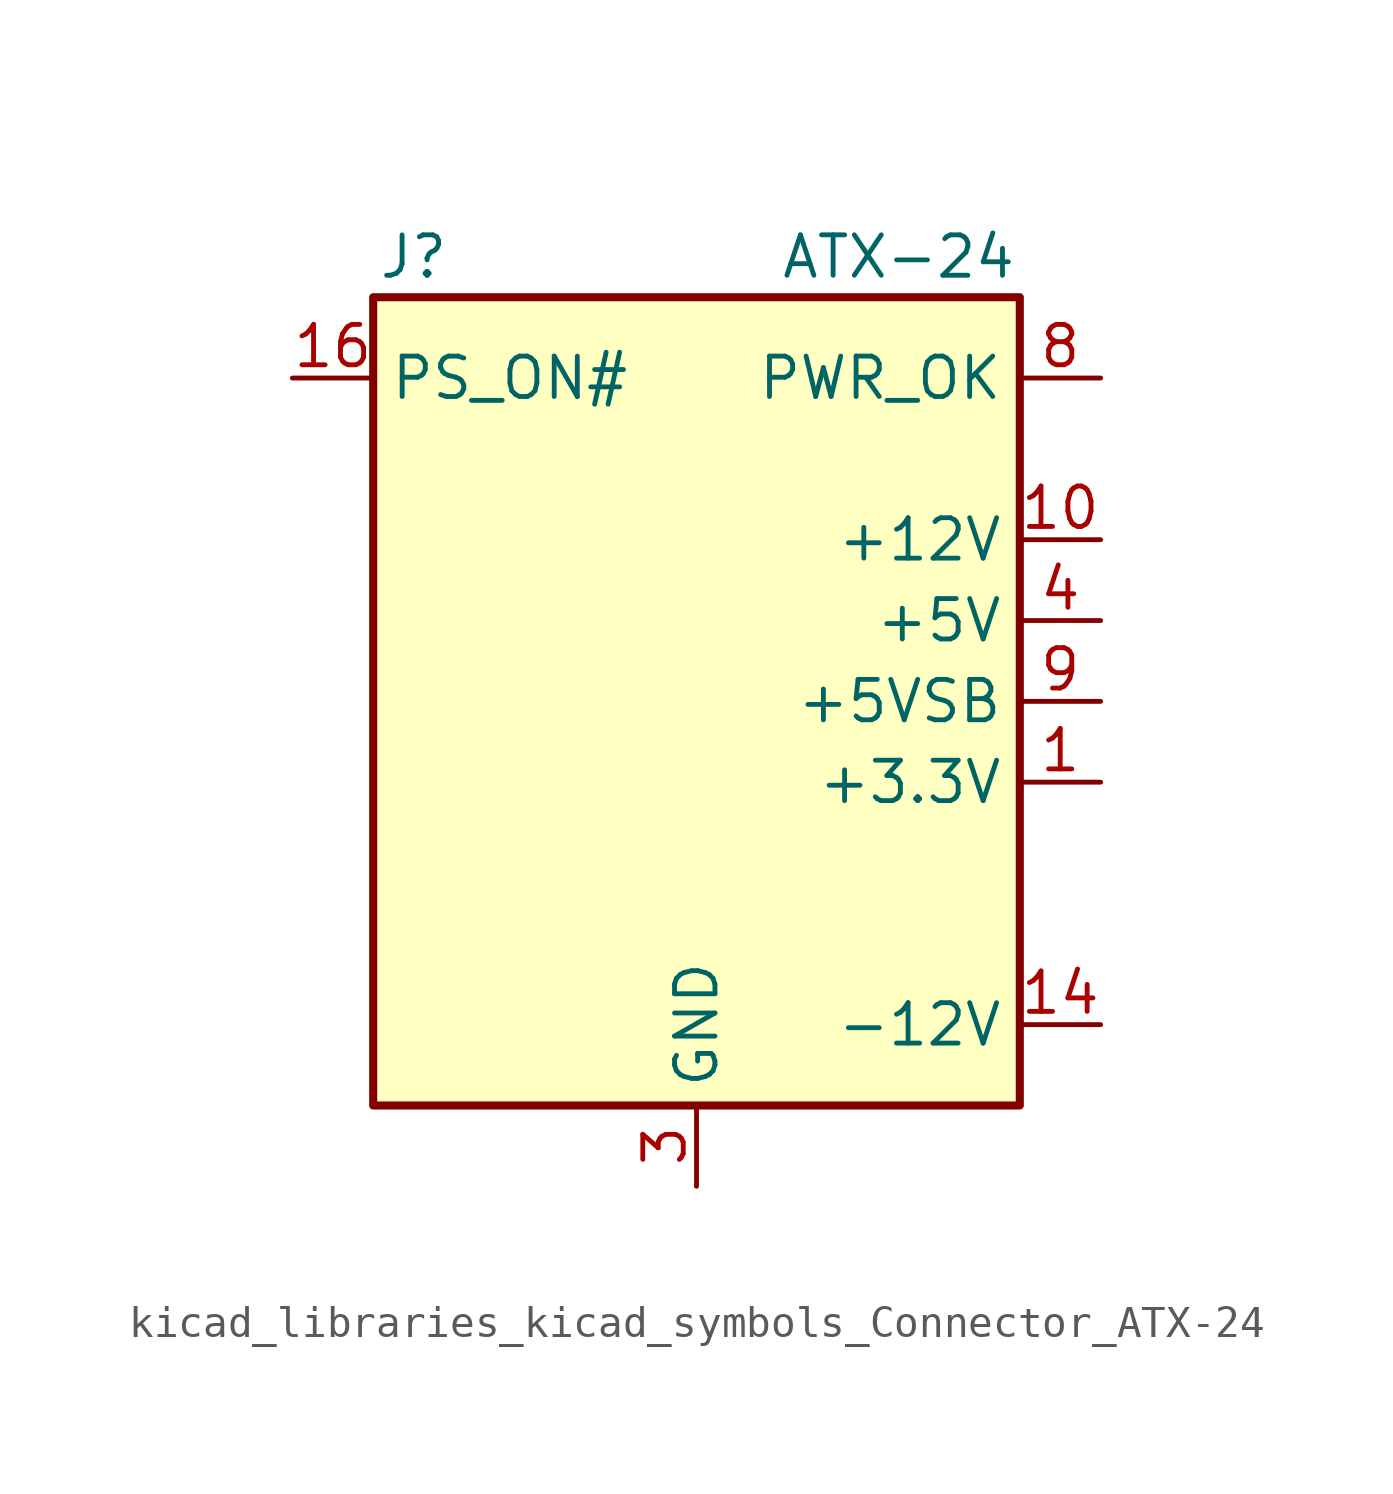
<source format=kicad_sym>
(kicad_symbol_lib
  (version 20220914)
  (generator kicad_symbol_editor)
  (symbol "kicad_libraries_kicad_symbols_Connector_ATX-24"
    (property "Reference" "J"
      (at -8.89 13.97 0)
      (effects (font (size 1.27 1.27))))
    (property "Value" "ATX-24"
      (at 6.35 13.97 0)
      (effects (font (size 1.27 1.27))))
    (symbol "kicad_libraries_kicad_symbols_Connector_ATX-24_0_1"
      (rectangle (start -10.16 12.7) (end 10.16 -12.7) (stroke (width 0.254) (type default)) (fill (type background))))
    (symbol "kicad_libraries_kicad_symbols_Connector_ATX-24_1_1"
      (pin power_out line (at 12.7 -2.54 180) (length 2.54) (name "+3.3V" (effects (font (size 1.27 1.27)))) (number "1" (effects (font (size 1.27 1.27)))))
      (pin power_out line (at 12.7 5.08 180) (length 2.54) (name "+12V" (effects (font (size 1.27 1.27)))) (number "10" (effects (font (size 1.27 1.27)))))
      (pin passive line (at 12.7 5.08 180) (length 2.54) hide (name "+12V" (effects (font (size 1.27 1.27)))) (number "11" (effects (font (size 1.27 1.27)))))
      (pin passive line (at 12.7 -2.54 180) (length 2.54) hide (name "+3.3V" (effects (font (size 1.27 1.27)))) (number "12" (effects (font (size 1.27 1.27)))))
      (pin passive line (at 12.7 -2.54 180) (length 2.54) hide (name "+3.3V" (effects (font (size 1.27 1.27)))) (number "13" (effects (font (size 1.27 1.27)))))
      (pin power_out line (at 12.7 -10.16 180) (length 2.54) (name "-12V" (effects (font (size 1.27 1.27)))) (number "14" (effects (font (size 1.27 1.27)))))
      (pin passive line (at 0 -15.24 90) (length 2.54) hide (name "GND" (effects (font (size 1.27 1.27)))) (number "15" (effects (font (size 1.27 1.27)))))
      (pin open_collector line (at -12.7 10.16 0) (length 2.54) (name "PS_ON#" (effects (font (size 1.27 1.27)))) (number "16" (effects (font (size 1.27 1.27)))))
      (pin passive line (at 0 -15.24 90) (length 2.54) hide (name "GND" (effects (font (size 1.27 1.27)))) (number "17" (effects (font (size 1.27 1.27)))))
      (pin passive line (at 0 -15.24 90) (length 2.54) hide (name "GND" (effects (font (size 1.27 1.27)))) (number "18" (effects (font (size 1.27 1.27)))))
      (pin passive line (at 0 -15.24 90) (length 2.54) hide (name "GND" (effects (font (size 1.27 1.27)))) (number "19" (effects (font (size 1.27 1.27)))))
      (pin passive line (at 12.7 -2.54 180) (length 2.54) hide (name "+3.3V" (effects (font (size 1.27 1.27)))) (number "2" (effects (font (size 1.27 1.27)))))
      (pin no_connect line (at -10.16 0 0) (length 2.54) hide (name "NC" (effects (font (size 1.27 1.27)))) (number "20" (effects (font (size 1.27 1.27)))))
      (pin passive line (at 12.7 2.54 180) (length 2.54) hide (name "+5V" (effects (font (size 1.27 1.27)))) (number "21" (effects (font (size 1.27 1.27)))))
      (pin passive line (at 12.7 2.54 180) (length 2.54) hide (name "+5V" (effects (font (size 1.27 1.27)))) (number "22" (effects (font (size 1.27 1.27)))))
      (pin passive line (at 12.7 2.54 180) (length 2.54) hide (name "+5V" (effects (font (size 1.27 1.27)))) (number "23" (effects (font (size 1.27 1.27)))))
      (pin passive line (at 0 -15.24 90) (length 2.54) hide (name "GND" (effects (font (size 1.27 1.27)))) (number "24" (effects (font (size 1.27 1.27)))))
      (pin power_out line (at 0 -15.24 90) (length 2.54) (name "GND" (effects (font (size 1.27 1.27)))) (number "3" (effects (font (size 1.27 1.27)))))
      (pin power_out line (at 12.7 2.54 180) (length 2.54) (name "+5V" (effects (font (size 1.27 1.27)))) (number "4" (effects (font (size 1.27 1.27)))))
      (pin passive line (at 0 -15.24 90) (length 2.54) hide (name "GND" (effects (font (size 1.27 1.27)))) (number "5" (effects (font (size 1.27 1.27)))))
      (pin passive line (at 12.7 2.54 180) (length 2.54) hide (name "+5V" (effects (font (size 1.27 1.27)))) (number "6" (effects (font (size 1.27 1.27)))))
      (pin passive line (at 0 -15.24 90) (length 2.54) hide (name "GND" (effects (font (size 1.27 1.27)))) (number "7" (effects (font (size 1.27 1.27)))))
      (pin output line (at 12.7 10.16 180) (length 2.54) (name "PWR_OK" (effects (font (size 1.27 1.27)))) (number "8" (effects (font (size 1.27 1.27)))))
      (pin power_out line (at 12.7 0 180) (length 2.54) (name "+5VSB" (effects (font (size 1.27 1.27)))) (number "9" (effects (font (size 1.27 1.27))))))))
</source>
